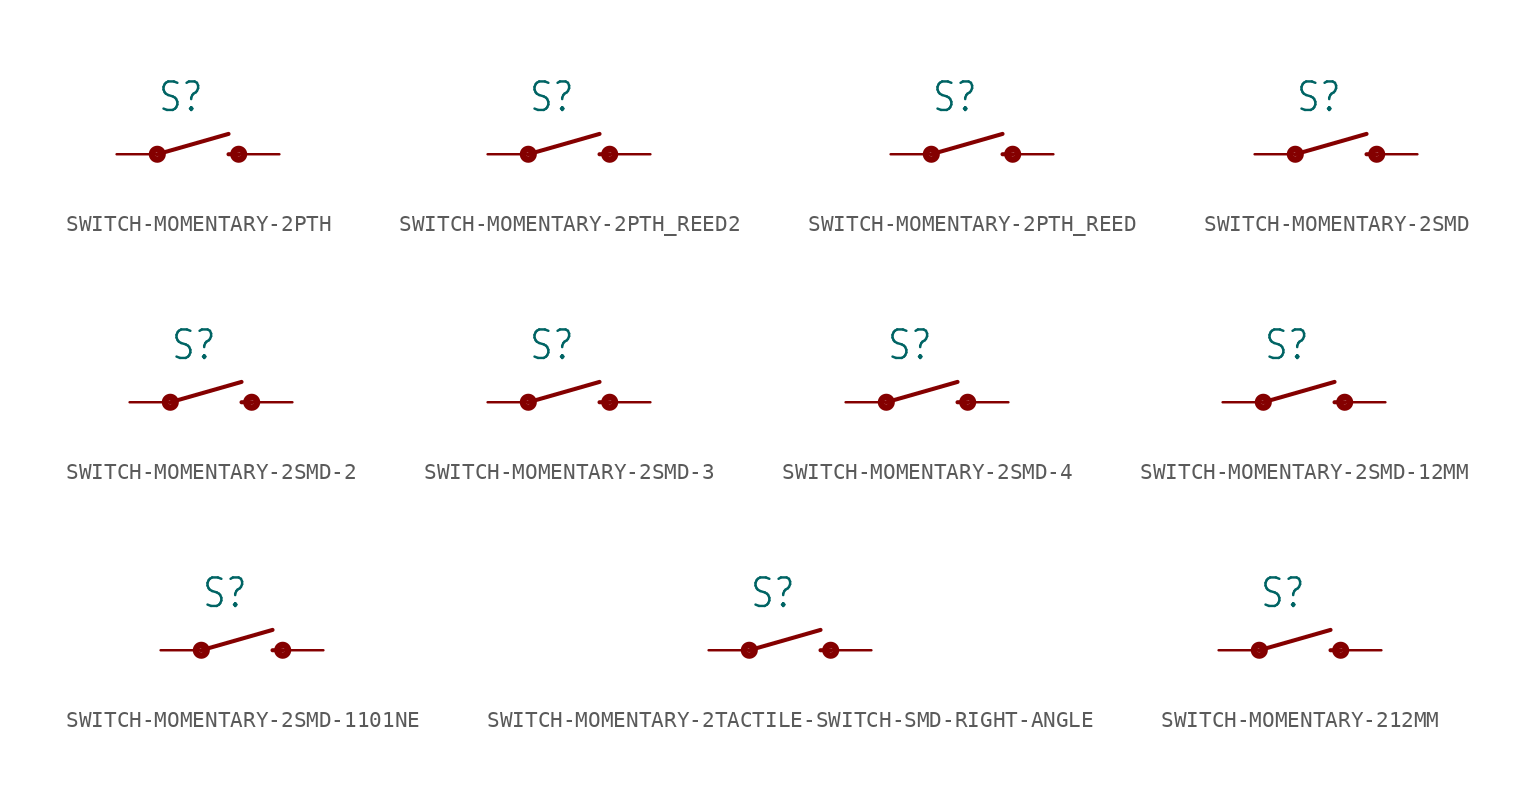
<source format=kicad_sym>
(kicad_symbol_lib
  (version 20231120)
  (generator "kicad_symbol_editor")
  (generator_version "8.0")
  (symbol "SWITCH-MOMENTARY-2PTH"
    (property "Reference" "S"
      (at -2.54 2.54 0)
      (effects (font (size 1.778 1.511)) (justify left bottom)))
    (property "Value" ""
      (at -2.54 -2.54 0)
      (effects (font (size 1.778 1.511)) (justify left bottom)))
    (property "ki_locked" ""
      (at 0 0 0)
      (effects (font (size 1.27 1.27))))
    (symbol "SWITCH-MOMENTARY-2PTH_1_0"
      (circle (center -2.54 0) (radius 0.127) (stroke (width 0.406) (type solid)) (fill (type none)))
      (polyline (pts (xy -2.54 0) (xy 1.905 1.27)) (stroke (width 0.254) (type solid)) (fill (type none)))
      (polyline (pts (xy 1.905 0) (xy 2.54 0)) (stroke (width 0.254) (type solid)) (fill (type none)))
      (circle (center 2.54 0) (radius 0.127) (stroke (width 0.406) (type solid)) (fill (type none)))
      (pin passive line (at -5.08 0 0) (length 2.54) (name "1" (effects (font (size 0 0)))) (number "1" (effects (font (size 0 0)))))
      (pin passive line (at 5.08 0 180) (length 2.54) (name "2" (effects (font (size 0 0)))) (number "3" (effects (font (size 0 0)))))))
  (symbol "SWITCH-MOMENTARY-2PTH_REED2"
    (property "Reference" "S"
      (at -2.54 2.54 0)
      (effects (font (size 1.778 1.511)) (justify left bottom)))
    (property "Value" ""
      (at -2.54 -2.54 0)
      (effects (font (size 1.778 1.511)) (justify left bottom)))
    (property "ki_locked" ""
      (at 0 0 0)
      (effects (font (size 1.27 1.27))))
    (symbol "SWITCH-MOMENTARY-2PTH_REED2_1_0"
      (circle (center -2.54 0) (radius 0.127) (stroke (width 0.406) (type solid)) (fill (type none)))
      (polyline (pts (xy -2.54 0) (xy 1.905 1.27)) (stroke (width 0.254) (type solid)) (fill (type none)))
      (polyline (pts (xy 1.905 0) (xy 2.54 0)) (stroke (width 0.254) (type solid)) (fill (type none)))
      (circle (center 2.54 0) (radius 0.127) (stroke (width 0.406) (type solid)) (fill (type none)))
      (pin passive line (at -5.08 0 0) (length 2.54) (name "1" (effects (font (size 0 0)))) (number "P$1" (effects (font (size 0 0)))))
      (pin passive line (at 5.08 0 180) (length 2.54) (name "2" (effects (font (size 0 0)))) (number "P$2" (effects (font (size 0 0)))))))
  (symbol "SWITCH-MOMENTARY-2PTH_REED"
    (property "Reference" "S"
      (at -2.54 2.54 0)
      (effects (font (size 1.778 1.511)) (justify left bottom)))
    (property "Value" ""
      (at -2.54 -2.54 0)
      (effects (font (size 1.778 1.511)) (justify left bottom)))
    (property "ki_locked" ""
      (at 0 0 0)
      (effects (font (size 1.27 1.27))))
    (symbol "SWITCH-MOMENTARY-2PTH_REED_1_0"
      (circle (center -2.54 0) (radius 0.127) (stroke (width 0.406) (type solid)) (fill (type none)))
      (polyline (pts (xy -2.54 0) (xy 1.905 1.27)) (stroke (width 0.254) (type solid)) (fill (type none)))
      (polyline (pts (xy 1.905 0) (xy 2.54 0)) (stroke (width 0.254) (type solid)) (fill (type none)))
      (circle (center 2.54 0) (radius 0.127) (stroke (width 0.406) (type solid)) (fill (type none)))
      (pin passive line (at -5.08 0 0) (length 2.54) (name "1" (effects (font (size 0 0)))) (number "P$1" (effects (font (size 0 0)))))
      (pin passive line (at 5.08 0 180) (length 2.54) (name "2" (effects (font (size 0 0)))) (number "P$2" (effects (font (size 0 0)))))))
  (symbol "SWITCH-MOMENTARY-2SMD"
    (property "Reference" "S"
      (at -2.54 2.54 0)
      (effects (font (size 1.778 1.511)) (justify left bottom)))
    (property "Value" ""
      (at -2.54 -2.54 0)
      (effects (font (size 1.778 1.511)) (justify left bottom)))
    (property "ki_locked" ""
      (at 0 0 0)
      (effects (font (size 1.27 1.27))))
    (symbol "SWITCH-MOMENTARY-2SMD_1_0"
      (circle (center -2.54 0) (radius 0.127) (stroke (width 0.406) (type solid)) (fill (type none)))
      (polyline (pts (xy -2.54 0) (xy 1.905 1.27)) (stroke (width 0.254) (type solid)) (fill (type none)))
      (polyline (pts (xy 1.905 0) (xy 2.54 0)) (stroke (width 0.254) (type solid)) (fill (type none)))
      (circle (center 2.54 0) (radius 0.127) (stroke (width 0.406) (type solid)) (fill (type none)))
      (pin passive line (at -5.08 0 0) (length 2.54) (name "1" (effects (font (size 0 0)))) (number "1" (effects (font (size 0 0)))))
      (pin passive line (at 5.08 0 180) (length 2.54) (name "2" (effects (font (size 0 0)))) (number "3" (effects (font (size 0 0)))))))
  (symbol "SWITCH-MOMENTARY-2SMD-2"
    (property "Reference" "S"
      (at -2.54 2.54 0)
      (effects (font (size 1.778 1.511)) (justify left bottom)))
    (property "Value" ""
      (at -2.54 -2.54 0)
      (effects (font (size 1.778 1.511)) (justify left bottom)))
    (property "ki_locked" ""
      (at 0 0 0)
      (effects (font (size 1.27 1.27))))
    (symbol "SWITCH-MOMENTARY-2SMD-2_1_0"
      (circle (center -2.54 0) (radius 0.127) (stroke (width 0.406) (type solid)) (fill (type none)))
      (polyline (pts (xy -2.54 0) (xy 1.905 1.27)) (stroke (width 0.254) (type solid)) (fill (type none)))
      (polyline (pts (xy 1.905 0) (xy 2.54 0)) (stroke (width 0.254) (type solid)) (fill (type none)))
      (circle (center 2.54 0) (radius 0.127) (stroke (width 0.406) (type solid)) (fill (type none)))
      (pin passive line (at 5.08 0 180) (length 2.54) (name "2" (effects (font (size 0 0)))) (number "1" (effects (font (size 0 0)))))
      (pin passive line (at -5.08 0 0) (length 2.54) (name "1" (effects (font (size 0 0)))) (number "2" (effects (font (size 0 0)))))))
  (symbol "SWITCH-MOMENTARY-2SMD-3"
    (property "Reference" "S"
      (at -2.54 2.54 0)
      (effects (font (size 1.778 1.511)) (justify left bottom)))
    (property "Value" ""
      (at -2.54 -2.54 0)
      (effects (font (size 1.778 1.511)) (justify left bottom)))
    (property "ki_locked" ""
      (at 0 0 0)
      (effects (font (size 1.27 1.27))))
    (symbol "SWITCH-MOMENTARY-2SMD-3_1_0"
      (circle (center -2.54 0) (radius 0.127) (stroke (width 0.406) (type solid)) (fill (type none)))
      (polyline (pts (xy -2.54 0) (xy 1.905 1.27)) (stroke (width 0.254) (type solid)) (fill (type none)))
      (polyline (pts (xy 1.905 0) (xy 2.54 0)) (stroke (width 0.254) (type solid)) (fill (type none)))
      (circle (center 2.54 0) (radius 0.127) (stroke (width 0.406) (type solid)) (fill (type none)))
      (pin passive line (at -5.08 0 0) (length 2.54) (name "1" (effects (font (size 0 0)))) (number "1" (effects (font (size 0 0)))))
      (pin passive line (at 5.08 0 180) (length 2.54) (name "2" (effects (font (size 0 0)))) (number "4" (effects (font (size 0 0)))))))
  (symbol "SWITCH-MOMENTARY-2SMD-4"
    (property "Reference" "S"
      (at -2.54 2.54 0)
      (effects (font (size 1.778 1.511)) (justify left bottom)))
    (property "Value" ""
      (at -2.54 -2.54 0)
      (effects (font (size 1.778 1.511)) (justify left bottom)))
    (property "ki_locked" ""
      (at 0 0 0)
      (effects (font (size 1.27 1.27))))
    (symbol "SWITCH-MOMENTARY-2SMD-4_1_0"
      (circle (center -2.54 0) (radius 0.127) (stroke (width 0.406) (type solid)) (fill (type none)))
      (polyline (pts (xy -2.54 0) (xy 1.905 1.27)) (stroke (width 0.254) (type solid)) (fill (type none)))
      (polyline (pts (xy 1.905 0) (xy 2.54 0)) (stroke (width 0.254) (type solid)) (fill (type none)))
      (circle (center 2.54 0) (radius 0.127) (stroke (width 0.406) (type solid)) (fill (type none)))
      (pin passive line (at -5.08 0 0) (length 2.54) (name "1" (effects (font (size 0 0)))) (number "A2" (effects (font (size 0 0)))))
      (pin passive line (at 5.08 0 180) (length 2.54) (name "2" (effects (font (size 0 0)))) (number "B2" (effects (font (size 0 0)))))))
  (symbol "SWITCH-MOMENTARY-2SMD-12MM"
    (property "Reference" "S"
      (at -2.54 2.54 0)
      (effects (font (size 1.778 1.511)) (justify left bottom)))
    (property "Value" ""
      (at -2.54 -2.54 0)
      (effects (font (size 1.778 1.511)) (justify left bottom)))
    (property "ki_locked" ""
      (at 0 0 0)
      (effects (font (size 1.27 1.27))))
    (symbol "SWITCH-MOMENTARY-2SMD-12MM_1_0"
      (circle (center -2.54 0) (radius 0.127) (stroke (width 0.406) (type solid)) (fill (type none)))
      (polyline (pts (xy -2.54 0) (xy 1.905 1.27)) (stroke (width 0.254) (type solid)) (fill (type none)))
      (polyline (pts (xy 1.905 0) (xy 2.54 0)) (stroke (width 0.254) (type solid)) (fill (type none)))
      (circle (center 2.54 0) (radius 0.127) (stroke (width 0.406) (type solid)) (fill (type none)))
      (pin passive line (at -5.08 0 0) (length 2.54) (name "1" (effects (font (size 0 0)))) (number "1" (effects (font (size 0 0)))))
      (pin passive line (at 5.08 0 180) (length 2.54) (name "2" (effects (font (size 0 0)))) (number "3" (effects (font (size 0 0)))))))
  (symbol "SWITCH-MOMENTARY-2SMD-1101NE"
    (property "Reference" "S"
      (at -2.54 2.54 0)
      (effects (font (size 1.778 1.511)) (justify left bottom)))
    (property "Value" ""
      (at -2.54 -2.54 0)
      (effects (font (size 1.778 1.511)) (justify left bottom)))
    (property "ki_locked" ""
      (at 0 0 0)
      (effects (font (size 1.27 1.27))))
    (symbol "SWITCH-MOMENTARY-2SMD-1101NE_1_0"
      (circle (center -2.54 0) (radius 0.127) (stroke (width 0.406) (type solid)) (fill (type none)))
      (polyline (pts (xy -2.54 0) (xy 1.905 1.27)) (stroke (width 0.254) (type solid)) (fill (type none)))
      (polyline (pts (xy 1.905 0) (xy 2.54 0)) (stroke (width 0.254) (type solid)) (fill (type none)))
      (circle (center 2.54 0) (radius 0.127) (stroke (width 0.406) (type solid)) (fill (type none)))
      (pin passive line (at -5.08 0 0) (length 2.54) (name "1" (effects (font (size 0 0)))) (number "1" (effects (font (size 0 0)))))
      (pin passive line (at 5.08 0 180) (length 2.54) (name "2" (effects (font (size 0 0)))) (number "2" (effects (font (size 0 0)))))))
  (symbol "SWITCH-MOMENTARY-2TACTILE-SWITCH-SMD-RIGHT-ANGLE"
    (property "Reference" "S"
      (at -2.54 2.54 0)
      (effects (font (size 1.778 1.511)) (justify left bottom)))
    (property "Value" ""
      (at -2.54 -2.54 0)
      (effects (font (size 1.778 1.511)) (justify left bottom)))
    (property "ki_locked" ""
      (at 0 0 0)
      (effects (font (size 1.27 1.27))))
    (symbol "SWITCH-MOMENTARY-2TACTILE-SWITCH-SMD-RIGHT-ANGLE_1_0"
      (circle (center -2.54 0) (radius 0.127) (stroke (width 0.406) (type solid)) (fill (type none)))
      (polyline (pts (xy -2.54 0) (xy 1.905 1.27)) (stroke (width 0.254) (type solid)) (fill (type none)))
      (polyline (pts (xy 1.905 0) (xy 2.54 0)) (stroke (width 0.254) (type solid)) (fill (type none)))
      (circle (center 2.54 0) (radius 0.127) (stroke (width 0.406) (type solid)) (fill (type none)))
      (pin passive line (at -5.08 0 0) (length 2.54) (name "1" (effects (font (size 0 0)))) (number "1" (effects (font (size 0 0)))))
      (pin passive line (at 5.08 0 180) (length 2.54) (name "2" (effects (font (size 0 0)))) (number "2" (effects (font (size 0 0)))))))
  (symbol "SWITCH-MOMENTARY-212MM"
    (property "Reference" "S"
      (at -2.54 2.54 0)
      (effects (font (size 1.778 1.511)) (justify left bottom)))
    (property "Value" ""
      (at -2.54 -2.54 0)
      (effects (font (size 1.778 1.511)) (justify left bottom)))
    (property "ki_locked" ""
      (at 0 0 0)
      (effects (font (size 1.27 1.27))))
    (symbol "SWITCH-MOMENTARY-212MM_1_0"
      (circle (center -2.54 0) (radius 0.127) (stroke (width 0.406) (type solid)) (fill (type none)))
      (polyline (pts (xy -2.54 0) (xy 1.905 1.27)) (stroke (width 0.254) (type solid)) (fill (type none)))
      (polyline (pts (xy 1.905 0) (xy 2.54 0)) (stroke (width 0.254) (type solid)) (fill (type none)))
      (circle (center 2.54 0) (radius 0.127) (stroke (width 0.406) (type solid)) (fill (type none)))
      (pin passive line (at -5.08 0 0) (length 2.54) (name "1" (effects (font (size 0 0)))) (number "1" (effects (font (size 0 0)))))
      (pin passive line (at 5.08 0 180) (length 2.54) (name "2" (effects (font (size 0 0)))) (number "3" (effects (font (size 0 0))))))))
</source>
